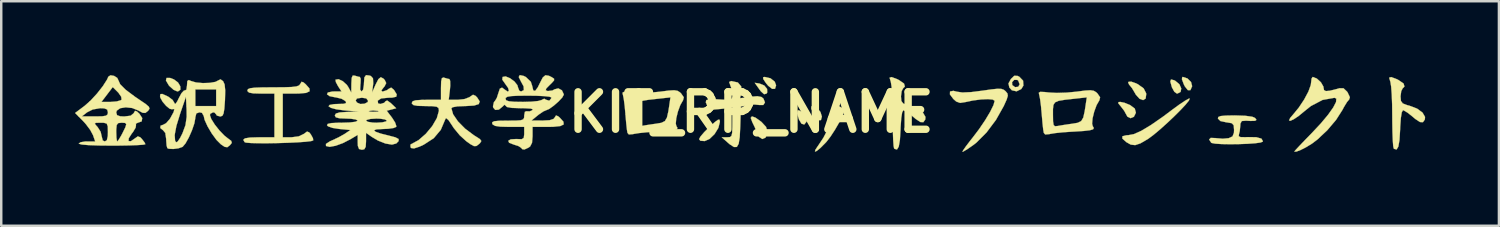
<source format=kicad_pcb>
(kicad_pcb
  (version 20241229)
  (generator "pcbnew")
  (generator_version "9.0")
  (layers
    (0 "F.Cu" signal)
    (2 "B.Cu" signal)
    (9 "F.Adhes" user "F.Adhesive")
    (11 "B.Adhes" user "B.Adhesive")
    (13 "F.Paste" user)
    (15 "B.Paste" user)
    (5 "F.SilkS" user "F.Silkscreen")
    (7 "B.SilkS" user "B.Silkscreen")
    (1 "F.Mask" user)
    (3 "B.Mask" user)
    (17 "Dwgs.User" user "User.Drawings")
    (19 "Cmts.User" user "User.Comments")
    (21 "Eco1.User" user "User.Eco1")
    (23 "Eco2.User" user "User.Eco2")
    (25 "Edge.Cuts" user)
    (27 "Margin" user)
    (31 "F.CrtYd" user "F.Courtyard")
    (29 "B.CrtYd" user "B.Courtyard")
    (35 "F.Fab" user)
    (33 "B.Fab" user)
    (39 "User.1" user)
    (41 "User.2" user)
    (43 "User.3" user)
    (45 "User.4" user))
  (footprint "KIT_RP_NAME"
    (layer "F.Cu")
    (at 27.501 1.518)
    (property "Reference" "KIT_RP_NAME" (at 0 0 0) (layer "F.SilkS") (effects (font (size 1.524 1.524) (thickness 0.3))))
    (attr through_hole)
    (fp_poly (pts (xy 0.34 -1.171) (xy 0.533 -1.092) (xy 0.649 -0.953) (xy 0.655 -0.805) (xy 0.622 -0.758) (xy 0.528 -0.735) (xy 0.401 -0.848) (xy 0.338 -0.932) (xy 0.147 -1.2) (xy 0.34 -1.171)) (stroke (width 0.01) (type solid)) (fill yes) (layer "F.SilkS"))
    (fp_poly (pts (xy 0.788 -1.384) (xy 0.961 -1.246) (xy 1.016 -1.098) (xy 0.972 -0.957) (xy 0.858 -0.952) (xy 0.697 -1.076) (xy 0.606 -1.185) (xy 0.494 -1.352) (xy 0.487 -1.426) (xy 0.553 -1.439) (xy 0.788 -1.384)) (stroke (width 0.01) (type solid)) (fill yes) (layer "F.SilkS"))
    (fp_poly (pts (xy 2.067 -0.016) (xy 2.193 0.14) (xy 2.261 0.31) (xy 2.257 0.378) (xy 2.161 0.497) (xy 2.047 0.462) (xy 1.945 0.291) (xy 1.871 0.048) (xy 1.886 -0.068) (xy 1.934 -0.085) (xy 2.067 -0.016)) (stroke (width 0.01) (type solid)) (fill yes) (layer "F.SilkS"))
    (fp_poly (pts (xy 2.675 -0.182) (xy 2.82 -0.014) (xy 2.879 0.175) (xy 2.84 0.316) (xy 2.744 0.323) (xy 2.62 0.208) (xy 2.526 0.042) (xy 2.449 -0.155) (xy 2.456 -0.242) (xy 2.502 -0.254) (xy 2.675 -0.182)) (stroke (width 0.01) (type solid)) (fill yes) (layer "F.SilkS"))
    (fp_poly (pts (xy 17.748 -1.377) (xy 17.894 -1.231) (xy 17.938 -1.063) (xy 17.937 -1.06) (xy 17.868 -0.902) (xy 17.764 -0.901) (xy 17.641 -1.054) (xy 17.597 -1.142) (xy 17.521 -1.349) (xy 17.539 -1.435) (xy 17.562 -1.439) (xy 17.748 -1.377)) (stroke (width 0.01) (type solid)) (fill yes) (layer "F.SilkS"))
    (fp_poly (pts (xy -23.628 -1.397) (xy -23.474 -1.337) (xy -23.31 -1.213) (xy -23.218 -1.059) (xy -23.212 -0.923) (xy -23.306 -0.853) (xy -23.341 -0.851) (xy -23.493 -0.917) (xy -23.665 -1.072) (xy -23.687 -1.099) (xy -23.802 -1.295) (xy -23.778 -1.399) (xy -23.628 -1.397)) (stroke (width 0.01) (type solid)) (fill yes) (layer "F.SilkS"))
    (fp_poly (pts (xy 17.205 -1.305) (xy 17.255 -1.279) (xy 17.421 -1.138) (xy 17.495 -0.972) (xy 17.47 -0.831) (xy 17.341 -0.763) (xy 17.318 -0.762) (xy 17.215 -0.834) (xy 17.118 -1.009) (xy 17.111 -1.03) (xy 17.05 -1.25) (xy 17.078 -1.336) (xy 17.205 -1.305)) (stroke (width 0.01) (type solid)) (fill yes) (layer "F.SilkS"))
    (fp_poly (pts (xy -1.284 0.302) (xy -1.27 0.385) (xy -1.332 0.634) (xy -1.487 0.886) (xy -1.692 1.084) (xy -1.887 1.17) (xy -2.066 1.157) (xy -2.117 1.09) (xy -2.058 0.983) (xy -1.905 0.803) (xy -1.693 0.593) (xy -1.47 0.393) (xy -1.342 0.3) (xy -1.284 0.302)) (stroke (width 0.01) (type solid)) (fill yes) (layer "F.SilkS"))
    (fp_poly (pts (xy 0.179 0.217) (xy 0.41 0.383) (xy 0.421 0.392) (xy 0.609 0.595) (xy 0.664 0.791) (xy 0.661 0.836) (xy 0.586 1.031) (xy 0.457 1.087) (xy 0.322 1) (xy 0.256 0.874) (xy 0.15 0.612) (xy 0.048 0.402) (xy -0.016 0.227) (xy 0.033 0.165) (xy 0.179 0.217)) (stroke (width 0.01) (type solid)) (fill yes) (layer "F.SilkS"))
    (fp_poly (pts (xy 15.192 -0.386) (xy 15.412 -0.295) (xy 15.419 -0.291) (xy 15.605 -0.153) (xy 15.649 0.009) (xy 15.647 0.025) (xy 15.569 0.182) (xy 15.434 0.239) (xy 15.307 0.179) (xy 15.269 0.112) (xy 15.173 -0.064) (xy 15.043 -0.233) (xy 14.935 -0.365) (xy 14.941 -0.416) (xy 15.018 -0.423) (xy 15.192 -0.386)) (stroke (width 0.01) (type solid)) (fill yes) (layer "F.SilkS"))
    (fp_poly (pts (xy 15.654 -1.18) (xy 15.732 -1.141) (xy 15.966 -0.973) (xy 16.066 -0.777) (xy 16.071 -0.741) (xy 16.047 -0.559) (xy 15.944 -0.496) (xy 15.799 -0.55) (xy 15.649 -0.716) (xy 15.611 -0.783) (xy 15.493 -0.982) (xy 15.39 -1.109) (xy 15.379 -1.117) (xy 15.334 -1.21) (xy 15.353 -1.242) (xy 15.462 -1.247) (xy 15.654 -1.18)) (stroke (width 0.01) (type solid)) (fill yes) (layer "F.SilkS"))
    (fp_poly (pts (xy 10.832 -1.483) (xy 10.907 -1.448) (xy 11.062 -1.288) (xy 11.075 -1.088) (xy 10.99 -0.948) (xy 10.798 -0.853) (xy 10.604 -0.897) (xy 10.503 -1.008) (xy 10.467 -1.173) (xy 10.496 -1.225) (xy 10.613 -1.225) (xy 10.621 -1.108) (xy 10.737 -1.024) (xy 10.864 -1.038) (xy 10.922 -1.138) (xy 10.866 -1.285) (xy 10.83 -1.317) (xy 10.703 -1.321) (xy 10.613 -1.225) (xy 10.496 -1.225) (xy 10.564 -1.352) (xy 10.569 -1.358) (xy 10.702 -1.485) (xy 10.832 -1.483)) (stroke (width 0.01) (type solid)) (fill yes) (layer "F.SilkS"))
    (fp_poly (pts (xy 3.452 -0.305) (xy 3.608 -0.229) (xy 3.75 -0.153) (xy 3.792 -0.126) (xy 3.788 -0.03) (xy 3.708 0.167) (xy 3.575 0.426) (xy 3.411 0.709) (xy 3.236 0.977) (xy 3.072 1.191) (xy 3.045 1.222) (xy 2.825 1.444) (xy 2.671 1.571) (xy 2.596 1.598) (xy 2.615 1.521) (xy 2.742 1.332) (xy 2.744 1.33) (xy 2.94 1.033) (xy 3.119 0.69) (xy 3.263 0.349) (xy 3.351 0.056) (xy 3.365 -0.133) (xy 3.348 -0.288) (xy 3.362 -0.339) (xy 3.452 -0.305)) (stroke (width 0.01) (type solid)) (fill yes) (layer "F.SilkS"))
    (fp_poly (pts (xy 17.809 -0.481) (xy 17.675 -0.315) (xy 17.464 -0.09) (xy 17.201 0.172) (xy 16.913 0.444) (xy 16.624 0.703) (xy 16.361 0.923) (xy 16.15 1.079) (xy 16.134 1.089) (xy 15.835 1.263) (xy 15.62 1.335) (xy 15.44 1.314) (xy 15.261 1.213) (xy 15.1 1.069) (xy 15.101 0.975) (xy 15.263 0.933) (xy 15.336 0.931) (xy 15.568 0.887) (xy 15.875 0.75) (xy 16.27 0.512) (xy 16.766 0.167) (xy 17.129 -0.105) (xy 17.414 -0.314) (xy 17.648 -0.47) (xy 17.8 -0.554) (xy 17.84 -0.561) (xy 17.809 -0.481)) (stroke (width 0.01) (type solid)) (fill yes) (layer "F.SilkS"))
    (fp_poly (pts (xy 10.18 -0.952) (xy 10.28 -0.915) (xy 10.348 -0.86) (xy 10.424 -0.771) (xy 10.441 -0.673) (xy 10.394 -0.518) (xy 10.277 -0.258) (xy 10.275 -0.254) (xy 9.959 0.308) (xy 9.575 0.82) (xy 9.164 1.232) (xy 9.026 1.339) (xy 8.809 1.489) (xy 8.649 1.586) (xy 8.597 1.609) (xy 8.622 1.548) (xy 8.734 1.387) (xy 8.912 1.154) (xy 9.005 1.037) (xy 9.275 0.681) (xy 9.521 0.318) (xy 9.722 -0.018) (xy 9.857 -0.291) (xy 9.906 -0.466) (xy 9.83 -0.518) (xy 9.629 -0.536) (xy 9.345 -0.523) (xy 9.018 -0.48) (xy 8.721 -0.417) (xy 8.5 -0.382) (xy 8.343 -0.438) (xy 8.224 -0.543) (xy 8.086 -0.728) (xy 8.09 -0.846) (xy 8.226 -0.874) (xy 8.366 -0.839) (xy 8.593 -0.806) (xy 8.952 -0.822) (xy 9.402 -0.879) (xy 9.778 -0.933) (xy 10.025 -0.958) (xy 10.18 -0.952)) (stroke (width 0.01) (type solid)) (fill yes) (layer "F.SilkS"))
    (fp_poly (pts (xy 5.927 -1.354) (xy 6.016 -1.31) (xy 6.219 -1.17) (xy 6.254 -1.048) (xy 6.181 -0.974) (xy 6.123 -0.861) (xy 6.096 -0.657) (xy 6.096 -0.64) (xy 6.111 -0.461) (xy 6.185 -0.361) (xy 6.364 -0.292) (xy 6.461 -0.267) (xy 6.768 -0.15) (xy 6.988 0.011) (xy 7.091 0.188) (xy 7.083 0.293) (xy 7.006 0.402) (xy 6.885 0.396) (xy 6.692 0.269) (xy 6.575 0.169) (xy 6.381 0.016) (xy 6.231 -0.074) (xy 6.194 -0.085) (xy 6.145 -0.003) (xy 6.107 0.23) (xy 6.081 0.596) (xy 6.078 0.692) (xy 6.052 1.123) (xy 6.005 1.394) (xy 5.933 1.513) (xy 5.835 1.487) (xy 5.816 1.469) (xy 5.795 1.368) (xy 5.778 1.129) (xy 5.765 0.783) (xy 5.758 0.361) (xy 5.757 0.15) (xy 5.752 -0.32) (xy 5.736 -0.731) (xy 5.712 -1.049) (xy 5.681 -1.243) (xy 5.67 -1.276) (xy 5.631 -1.408) (xy 5.715 -1.434) (xy 5.927 -1.354)) (stroke (width 0.01) (type solid)) (fill yes) (layer "F.SilkS"))
    (fp_poly (pts (xy 26.247 -1.354) (xy 26.336 -1.31) (xy 26.539 -1.17) (xy 26.574 -1.048) (xy 26.501 -0.974) (xy 26.443 -0.861) (xy 26.416 -0.657) (xy 26.416 -0.64) (xy 26.431 -0.461) (xy 26.505 -0.361) (xy 26.684 -0.292) (xy 26.781 -0.267) (xy 27.088 -0.15) (xy 27.308 0.011) (xy 27.411 0.188) (xy 27.403 0.293) (xy 27.326 0.402) (xy 27.205 0.396) (xy 27.012 0.269) (xy 26.895 0.169) (xy 26.701 0.016) (xy 26.551 -0.074) (xy 26.514 -0.085) (xy 26.465 -0.003) (xy 26.427 0.23) (xy 26.401 0.596) (xy 26.398 0.692) (xy 26.372 1.123) (xy 26.325 1.394) (xy 26.253 1.513) (xy 26.155 1.487) (xy 26.136 1.469) (xy 26.115 1.368) (xy 26.098 1.129) (xy 26.085 0.783) (xy 26.078 0.361) (xy 26.077 0.15) (xy 26.072 -0.32) (xy 26.056 -0.731) (xy 26.032 -1.049) (xy 26.001 -1.243) (xy 25.99 -1.276) (xy 25.951 -1.408) (xy 26.035 -1.434) (xy 26.247 -1.354)) (stroke (width 0.01) (type solid)) (fill yes) (layer "F.SilkS"))
    (fp_poly (pts (xy -0.539 -1.213) (xy -0.402 -1.052) (xy -0.396 -0.835) (xy -0.448 -0.573) (xy -0.028 -0.631) (xy 0.253 -0.655) (xy 0.419 -0.624) (xy 0.5 -0.56) (xy 0.564 -0.401) (xy 0.496 -0.298) (xy 0.335 -0.297) (xy 0.145 -0.317) (xy -0.102 -0.295) (xy -0.12 -0.292) (xy -0.417 -0.236) (xy -0.442 0.579) (xy -0.463 1.007) (xy -0.506 1.278) (xy -0.581 1.409) (xy -0.698 1.412) (xy -0.87 1.301) (xy -0.957 1.226) (xy -1.195 1.016) (xy -0.978 1.016) (xy -0.866 1.008) (xy -0.802 0.96) (xy -0.771 0.835) (xy -0.763 0.596) (xy -0.762 0.412) (xy -0.762 -0.193) (xy -1.224 -0.138) (xy -1.499 -0.114) (xy -1.656 -0.131) (xy -1.744 -0.198) (xy -1.775 -0.248) (xy -1.844 -0.406) (xy -1.824 -0.497) (xy -1.692 -0.533) (xy -1.422 -0.53) (xy -1.312 -0.523) (xy -1.017 -0.507) (xy -0.852 -0.515) (xy -0.78 -0.561) (xy -0.762 -0.658) (xy -0.762 -0.715) (xy -0.795 -0.954) (xy -0.85 -1.106) (xy -0.893 -1.233) (xy -0.817 -1.27) (xy -0.802 -1.27) (xy -0.539 -1.213)) (stroke (width 0.01) (type solid)) (fill yes) (layer "F.SilkS"))
    (fp_poly (pts (xy -18.203 -1.215) (xy -18.117 -1.141) (xy -17.966 -0.972) (xy -17.958 -0.856) (xy -18.101 -0.789) (xy -18.402 -0.763) (xy -18.5 -0.762) (xy -19.05 -0.762) (xy -19.05 1.016) (xy -18.697 1.016) (xy -18.401 0.978) (xy -18.19 0.877) (xy -18.187 0.875) (xy -18.062 0.782) (xy -17.973 0.817) (xy -17.909 0.896) (xy -17.822 1.054) (xy -17.811 1.143) (xy -17.899 1.172) (xy -18.121 1.198) (xy -18.444 1.221) (xy -18.832 1.239) (xy -19.251 1.252) (xy -19.667 1.259) (xy -20.044 1.258) (xy -20.349 1.25) (xy -20.546 1.233) (xy -20.6 1.216) (xy -20.656 1.12) (xy -20.587 1.059) (xy -20.379 1.026) (xy -20.024 1.016) (xy -19.389 1.016) (xy -19.389 -0.762) (xy -19.939 -0.762) (xy -20.248 -0.77) (xy -20.419 -0.801) (xy -20.485 -0.86) (xy -20.489 -0.889) (xy -20.464 -0.943) (xy -20.372 -0.98) (xy -20.187 -1.002) (xy -19.884 -1.013) (xy -19.44 -1.016) (xy -18.993 -1.019) (xy -18.687 -1.03) (xy -18.495 -1.053) (xy -18.389 -1.092) (xy -18.34 -1.149) (xy -18.338 -1.155) (xy -18.285 -1.243) (xy -18.203 -1.215)) (stroke (width 0.01) (type solid)) (fill yes) (layer "F.SilkS"))
    (fp_poly (pts (xy 20.1 0.141) (xy 20.383 0.18) (xy 20.502 0.233) (xy 20.554 0.309) (xy 20.499 0.346) (xy 20.312 0.351) (xy 20.13 0.341) (xy 19.959 0.355) (xy 19.901 0.458) (xy 19.897 0.537) (xy 19.875 0.761) (xy 19.843 0.889) (xy 19.833 0.972) (xy 19.911 1.009) (xy 20.111 1.012) (xy 20.207 1.008) (xy 20.549 1.013) (xy 20.757 1.07) (xy 20.816 1.174) (xy 20.811 1.193) (xy 20.72 1.229) (xy 20.5 1.259) (xy 20.191 1.281) (xy 19.834 1.294) (xy 19.469 1.298) (xy 19.136 1.292) (xy 18.875 1.275) (xy 18.727 1.246) (xy 18.712 1.236) (xy 18.628 1.105) (xy 18.695 1.04) (xy 18.903 1.049) (xy 18.918 1.052) (xy 19.187 1.074) (xy 19.425 1.052) (xy 19.426 1.052) (xy 19.579 0.981) (xy 19.637 0.836) (xy 19.643 0.716) (xy 19.628 0.529) (xy 19.552 0.444) (xy 19.363 0.411) (xy 19.326 0.407) (xy 19.087 0.355) (xy 18.986 0.255) (xy 18.986 0.254) (xy 19.002 0.191) (xy 19.097 0.152) (xy 19.302 0.133) (xy 19.644 0.127) (xy 19.679 0.127) (xy 20.1 0.141)) (stroke (width 0.01) (type solid)) (fill yes) (layer "F.SilkS"))
    (fp_poly (pts (xy 23.01 -1.373) (xy 23.177 -1.22) (xy 23.277 -1.046) (xy 23.283 -1.001) (xy 23.302 -0.903) (xy 23.379 -0.863) (xy 23.545 -0.879) (xy 23.833 -0.951) (xy 23.932 -0.98) (xy 24.096 -0.977) (xy 24.24 -0.841) (xy 24.264 -0.805) (xy 24.354 -0.614) (xy 24.325 -0.522) (xy 24.237 -0.418) (xy 24.114 -0.217) (xy 24.051 -0.097) (xy 23.791 0.309) (xy 23.434 0.73) (xy 23.033 1.106) (xy 22.82 1.268) (xy 22.586 1.412) (xy 22.359 1.529) (xy 22.183 1.597) (xy 22.1 1.598) (xy 22.098 1.591) (xy 22.154 1.523) (xy 22.306 1.36) (xy 22.531 1.125) (xy 22.805 0.844) (xy 22.806 0.843) (xy 23.172 0.452) (xy 23.465 0.101) (xy 23.675 -0.195) (xy 23.791 -0.419) (xy 23.803 -0.556) (xy 23.73 -0.591) (xy 23.242 -0.504) (xy 22.769 -0.256) (xy 22.514 -0.052) (xy 22.272 0.148) (xy 22.072 0.282) (xy 21.934 0.345) (xy 21.878 0.33) (xy 21.926 0.229) (xy 22.031 0.106) (xy 22.273 -0.188) (xy 22.494 -0.52) (xy 22.666 -0.842) (xy 22.763 -1.109) (xy 22.775 -1.202) (xy 22.796 -1.373) (xy 22.841 -1.439) (xy 23.01 -1.373)) (stroke (width 0.01) (type solid)) (fill yes) (layer "F.SilkS"))
    (fp_poly (pts (xy -2.995 -0.875) (xy -2.897 -0.815) (xy -2.847 -0.768) (xy -2.738 -0.611) (xy -2.768 -0.491) (xy -2.882 -0.291) (xy -2.979 -0.026) (xy -3.045 0.244) (xy -3.064 0.464) (xy -3.038 0.563) (xy -2.994 0.638) (xy -3.026 0.692) (xy -3.154 0.73) (xy -3.402 0.759) (xy -3.792 0.784) (xy -3.895 0.789) (xy -4.251 0.813) (xy -4.56 0.845) (xy -4.77 0.879) (xy -4.804 0.888) (xy -4.974 0.901) (xy -5.03 0.835) (xy -5.053 0.699) (xy -5.081 0.444) (xy -5.109 0.124) (xy -5.112 0.088) (xy -4.657 0.088) (xy -4.652 0.368) (xy -4.63 0.516) (xy -4.574 0.567) (xy -4.47 0.557) (xy -4.466 0.557) (xy -4.265 0.522) (xy -3.987 0.48) (xy -3.881 0.466) (xy -3.649 0.427) (xy -3.507 0.356) (xy -3.424 0.214) (xy -3.367 -0.037) (xy -3.34 -0.208) (xy -3.281 -0.608) (xy -3.778 -0.553) (xy -4.17 -0.51) (xy -4.424 -0.468) (xy -4.57 -0.405) (xy -4.637 -0.3) (xy -4.656 -0.131) (xy -4.657 0.088) (xy -5.112 0.088) (xy -5.113 0.076) (xy -5.143 -0.255) (xy -5.179 -0.534) (xy -5.213 -0.704) (xy -5.217 -0.715) (xy -5.232 -0.797) (xy -5.173 -0.832) (xy -5.003 -0.826) (xy -4.816 -0.805) (xy -4.498 -0.789) (xy -4.098 -0.801) (xy -3.701 -0.839) (xy -3.686 -0.841) (xy -3.346 -0.885) (xy -3.13 -0.897) (xy -2.995 -0.875)) (stroke (width 0.01) (type solid)) (fill yes) (layer "F.SilkS"))
    (fp_poly (pts (xy 13.939 -0.875) (xy 14.037 -0.815) (xy 14.086 -0.768) (xy 14.195 -0.611) (xy 14.166 -0.491) (xy 14.051 -0.291) (xy 13.954 -0.026) (xy 13.888 0.244) (xy 13.869 0.464) (xy 13.895 0.563) (xy 13.939 0.638) (xy 13.908 0.692) (xy 13.779 0.73) (xy 13.531 0.759) (xy 13.141 0.784) (xy 13.039 0.789) (xy 12.683 0.813) (xy 12.373 0.845) (xy 12.164 0.879) (xy 12.13 0.888) (xy 11.96 0.901) (xy 11.904 0.835) (xy 11.88 0.699) (xy 11.852 0.444) (xy 11.824 0.124) (xy 11.821 0.088) (xy 12.277 0.088) (xy 12.281 0.368) (xy 12.304 0.516) (xy 12.359 0.567) (xy 12.463 0.557) (xy 12.467 0.557) (xy 12.668 0.522) (xy 12.946 0.48) (xy 13.052 0.466) (xy 13.284 0.427) (xy 13.426 0.356) (xy 13.51 0.214) (xy 13.566 -0.037) (xy 13.593 -0.208) (xy 13.653 -0.608) (xy 13.155 -0.553) (xy 12.763 -0.51) (xy 12.51 -0.468) (xy 12.364 -0.405) (xy 12.296 -0.3) (xy 12.277 -0.131) (xy 12.277 0.088) (xy 11.821 0.088) (xy 11.82 0.076) (xy 11.79 -0.255) (xy 11.754 -0.534) (xy 11.72 -0.704) (xy 11.716 -0.715) (xy 11.701 -0.797) (xy 11.761 -0.832) (xy 11.93 -0.826) (xy 12.118 -0.805) (xy 12.435 -0.789) (xy 12.835 -0.801) (xy 13.232 -0.839) (xy 13.248 -0.841) (xy 13.587 -0.885) (xy 13.803 -0.897) (xy 13.939 -0.875)) (stroke (width 0.01) (type solid)) (fill yes) (layer "F.SilkS"))
    (fp_poly (pts (xy -12.481 -1.406) (xy -12.323 -1.36) (xy -12.274 -1.355) (xy -12.241 -1.279) (xy -12.237 -1.086) (xy -12.25 -0.931) (xy -12.3 -0.508) (xy -11.935 -0.508) (xy -11.664 -0.538) (xy -11.459 -0.614) (xy -11.429 -0.636) (xy -11.311 -0.715) (xy -11.209 -0.671) (xy -11.139 -0.599) (xy -11.039 -0.441) (xy -11.078 -0.335) (xy -11.266 -0.275) (xy -11.611 -0.254) (xy -11.647 -0.254) (xy -11.949 -0.241) (xy -12.14 -0.206) (xy -12.192 -0.165) (xy -12.121 0.082) (xy -11.925 0.369) (xy -11.635 0.663) (xy -11.279 0.931) (xy -11.217 0.969) (xy -11.031 1.089) (xy -10.973 1.167) (xy -11.023 1.249) (xy -11.072 1.295) (xy -11.174 1.371) (xy -11.274 1.375) (xy -11.421 1.294) (xy -11.585 1.176) (xy -11.85 0.936) (xy -12.095 0.639) (xy -12.167 0.528) (xy -12.307 0.319) (xy -12.401 0.238) (xy -12.43 0.261) (xy -12.622 0.712) (xy -12.908 1.053) (xy -13.318 1.318) (xy -13.495 1.399) (xy -13.711 1.47) (xy -13.826 1.453) (xy -13.853 1.422) (xy -13.857 1.315) (xy -13.821 1.291) (xy -13.528 1.133) (xy -13.232 0.875) (xy -12.972 0.562) (xy -12.783 0.237) (xy -12.701 -0.053) (xy -12.7 -0.081) (xy -12.716 -0.175) (xy -12.79 -0.227) (xy -12.96 -0.249) (xy -13.25 -0.254) (xy -13.559 -0.262) (xy -13.731 -0.293) (xy -13.797 -0.352) (xy -13.801 -0.381) (xy -13.766 -0.45) (xy -13.64 -0.489) (xy -13.394 -0.506) (xy -13.208 -0.508) (xy -12.615 -0.508) (xy -12.615 -0.983) (xy -12.608 -1.253) (xy -12.579 -1.386) (xy -12.519 -1.417) (xy -12.481 -1.406)) (stroke (width 0.01) (type solid)) (fill yes) (layer "F.SilkS"))
    (fp_poly (pts (xy -21.476 -1.266) (xy -21.415 -1.133) (xy -21.39 -0.89) (xy -21.4 -0.509) (xy -21.401 -0.487) (xy -21.425 -0.153) (xy -21.457 0.045) (xy -21.506 0.141) (xy -21.583 0.169) (xy -21.599 0.169) (xy -21.732 0.132) (xy -21.759 0.085) (xy -21.828 0.01) (xy -21.886 0) (xy -21.999 0.061) (xy -22.013 0.114) (xy -21.957 0.274) (xy -21.815 0.5) (xy -21.623 0.742) (xy -21.419 0.952) (xy -21.296 1.049) (xy -21.145 1.162) (xy -21.123 1.244) (xy -21.198 1.338) (xy -21.304 1.42) (xy -21.411 1.406) (xy -21.568 1.301) (xy -21.745 1.124) (xy -21.936 0.863) (xy -22.108 0.572) (xy -22.229 0.307) (xy -22.265 0.148) (xy -22.336 0.023) (xy -22.437 0) (xy -22.565 0.045) (xy -22.606 0.205) (xy -22.607 0.233) (xy -22.645 0.448) (xy -22.741 0.729) (xy -22.869 1.02) (xy -23.005 1.264) (xy -23.123 1.404) (xy -23.126 1.406) (xy -23.29 1.464) (xy -23.504 1.492) (xy -23.686 1.483) (xy -23.745 1.457) (xy -23.775 1.35) (xy -23.791 1.144) (xy -23.791 1.096) (xy -23.816 0.918) (xy -23.446 0.918) (xy -23.43 1.151) (xy -23.389 1.221) (xy -23.323 1.187) (xy -23.22 1.033) (xy -23.131 0.857) (xy -23.007 0.522) (xy -22.959 0.186) (xy -22.962 -0.103) (xy -22.987 -0.635) (xy -23.22 0.043) (xy -23.376 0.55) (xy -23.446 0.918) (xy -23.816 0.918) (xy -23.826 0.843) (xy -23.918 0.731) (xy -24.031 0.64) (xy -24.021 0.544) (xy -23.917 0.508) (xy -23.793 0.441) (xy -23.649 0.276) (xy -23.621 0.233) (xy -23.491 -0.007) (xy -23.459 -0.131) (xy -23.529 -0.132) (xy -23.547 -0.121) (xy -23.65 -0.144) (xy -23.795 -0.263) (xy -23.937 -0.429) (xy -24.029 -0.594) (xy -24.042 -0.656) (xy -24.027 -0.741) (xy -23.95 -0.747) (xy -23.775 -0.67) (xy -23.702 -0.633) (xy -23.529 -0.503) (xy -23.447 -0.365) (xy -23.447 -0.358) (xy -23.414 -0.34) (xy -23.338 -0.453) (xy -23.278 -0.577) (xy -23.168 -0.78) (xy -23.068 -0.886) (xy -23.03 -0.89) (xy -22.969 -0.922) (xy -22.968 -0.931) (xy -22.606 -0.931) (xy -22.606 -0.254) (xy -21.759 -0.254) (xy -21.759 -0.931) (xy -22.606 -0.931) (xy -22.968 -0.931) (xy -22.945 -1.089) (xy -22.945 -1.099) (xy -22.932 -1.273) (xy -22.874 -1.313) (xy -22.781 -1.273) (xy -22.579 -1.214) (xy -22.302 -1.189) (xy -22.016 -1.198) (xy -21.785 -1.239) (xy -21.691 -1.288) (xy -21.581 -1.342) (xy -21.476 -1.266)) (stroke (width 0.01) (type solid)) (fill yes) (layer "F.SilkS"))
    (fp_poly (pts (xy -25.91 -1.481) (xy -25.781 -1.399) (xy -25.739 -1.31) (xy -25.664 -1.142) (xy -25.439 -0.917) (xy -25.06 -0.633) (xy -24.877 -0.509) (xy -24.626 -0.339) (xy -24.497 -0.228) (xy -24.469 -0.149) (xy -24.519 -0.071) (xy -24.532 -0.057) (xy -24.638 0.026) (xy -24.749 0.02) (xy -24.929 -0.076) (xy -25.177 -0.175) (xy -25.437 -0.203) (xy -25.662 -0.166) (xy -25.801 -0.068) (xy -25.823 0.009) (xy -25.79 0.116) (xy -25.663 0.162) (xy -25.494 0.169) (xy -25.238 0.138) (xy -25.115 0.039) (xy -25.109 0.027) (xy -25.058 -0.061) (xy -24.979 -0.033) (xy -24.878 0.061) (xy -24.766 0.235) (xy -24.788 0.369) (xy -24.94 0.423) (xy -24.944 0.423) (xy -25.027 0.466) (xy -25.018 0.51) (xy -25.034 0.622) (xy -25.139 0.799) (xy -25.192 0.866) (xy -25.314 1.056) (xy -25.322 1.168) (xy -25.23 1.176) (xy -25.07 1.066) (xy -24.945 0.978) (xy -24.846 1.016) (xy -24.779 1.085) (xy -24.671 1.225) (xy -24.638 1.298) (xy -24.718 1.317) (xy -24.939 1.333) (xy -25.272 1.346) (xy -25.69 1.353) (xy -25.993 1.355) (xy -26.532 1.35) (xy -26.946 1.335) (xy -27.221 1.311) (xy -27.342 1.279) (xy -27.347 1.27) (xy -27.272 1.217) (xy -27.085 1.187) (xy -27.013 1.185) (xy -26.679 1.185) (xy -26.768 0.929) (xy -26.881 0.718) (xy -27.067 0.47) (xy -27.073 0.463) (xy -26.698 0.463) (xy -26.62 0.558) (xy -26.585 0.593) (xy -26.457 0.794) (xy -26.416 0.974) (xy -26.372 1.144) (xy -26.289 1.185) (xy -26.205 1.135) (xy -26.167 0.966) (xy -26.162 0.804) (xy -25.823 0.804) (xy -25.815 1.032) (xy -25.795 1.168) (xy -25.783 1.185) (xy -25.724 1.117) (xy -25.621 0.945) (xy -25.571 0.85) (xy -25.452 0.609) (xy -25.415 0.482) (xy -25.462 0.432) (xy -25.597 0.423) (xy -25.612 0.423) (xy -25.742 0.439) (xy -25.804 0.517) (xy -25.823 0.702) (xy -25.823 0.804) (xy -26.162 0.804) (xy -26.168 0.57) (xy -26.211 0.459) (xy -26.326 0.426) (xy -26.458 0.423) (xy -26.652 0.428) (xy -26.698 0.463) (xy -27.073 0.463) (xy -27.177 0.35) (xy -27.359 0.166) (xy -27.22 0.166) (xy -26.691 0.167) (xy -26.4 0.163) (xy -26.241 0.138) (xy -26.174 0.082) (xy -26.162 0) (xy -26.192 -0.113) (xy -26.313 -0.161) (xy -26.48 -0.167) (xy -26.78 -0.115) (xy -27.009 0) (xy -27.22 0.166) (xy -27.359 0.166) (xy -27.496 0.027) (xy -27.111 -0.262) (xy -26.928 -0.423) (xy -26.425 -0.423) (xy -26.044 -0.423) (xy -25.802 -0.443) (xy -25.637 -0.491) (xy -25.606 -0.517) (xy -25.621 -0.633) (xy -25.733 -0.794) (xy -25.757 -0.818) (xy -25.965 -1.026) (xy -26.425 -0.423) (xy -26.928 -0.423) (xy -26.865 -0.48) (xy -26.603 -0.765) (xy -26.366 -1.067) (xy -26.195 -1.335) (xy -26.145 -1.449) (xy -26.056 -1.506) (xy -25.91 -1.481)) (stroke (width 0.01) (type solid)) (fill yes) (layer "F.SilkS"))
    (fp_poly (pts (xy -9.249 -1.479) (xy -9.16 -1.434) (xy -8.961 -1.243) (xy -8.906 -1.077) (xy -8.861 -0.893) (xy -8.786 -0.871) (xy -8.679 -1.012) (xy -8.594 -1.185) (xy -8.475 -1.416) (xy -8.367 -1.508) (xy -8.225 -1.486) (xy -8.117 -1.433) (xy -8.015 -1.367) (xy -8.015 -1.297) (xy -8.126 -1.175) (xy -8.186 -1.118) (xy -8.33 -0.972) (xy -8.355 -0.898) (xy -8.272 -0.864) (xy -8.079 -0.888) (xy -7.997 -0.935) (xy -7.843 -0.974) (xy -7.695 -0.895) (xy -7.621 -0.735) (xy -7.62 -0.715) (xy -7.682 -0.602) (xy -7.835 -0.439) (xy -8.029 -0.269) (xy -8.214 -0.136) (xy -8.338 -0.084) (xy -8.454 -0.034) (xy -8.634 0.089) (xy -8.678 0.124) (xy -8.932 0.333) (xy -8.485 0.336) (xy -8.192 0.321) (xy -8.033 0.267) (xy -7.988 0.208) (xy -7.935 0.126) (xy -7.847 0.163) (xy -7.779 0.221) (xy -7.634 0.382) (xy -7.624 0.493) (xy -7.758 0.559) (xy -8.046 0.589) (xy -8.255 0.593) (xy -8.89 0.593) (xy -8.89 0.971) (xy -8.911 1.238) (xy -8.987 1.388) (xy -9.054 1.436) (xy -9.221 1.513) (xy -9.309 1.5) (xy -9.352 1.446) (xy -9.462 1.374) (xy -9.657 1.311) (xy -9.843 1.239) (xy -9.878 1.159) (xy -9.778 1.099) (xy -9.555 1.086) (xy -9.539 1.087) (xy -9.335 1.094) (xy -9.248 1.041) (xy -9.229 0.892) (xy -9.229 0.853) (xy -9.229 0.593) (xy -9.855 0.593) (xy -10.201 0.584) (xy -10.41 0.553) (xy -10.512 0.495) (xy -10.529 0.466) (xy -10.529 0.402) (xy -10.447 0.363) (xy -10.255 0.344) (xy -9.925 0.339) (xy -9.903 0.339) (xy -9.568 0.337) (xy -9.368 0.323) (xy -9.268 0.286) (xy -9.233 0.215) (xy -9.229 0.122) (xy -9.202 -0.021) (xy -9.145 -0.043) (xy -9.011 -0.038) (xy -8.912 -0.078) (xy -8.875 -0.123) (xy -8.966 -0.151) (xy -9.202 -0.165) (xy -9.377 -0.167) (xy -9.73 -0.179) (xy -9.93 -0.215) (xy -9.993 -0.275) (xy -10.033 -0.309) (xy -10.109 -0.233) (xy -10.261 -0.109) (xy -10.407 -0.097) (xy -10.493 -0.196) (xy -10.499 -0.249) (xy -10.463 -0.409) (xy -10.421 -0.462) (xy -10.362 -0.55) (xy -9.991 -0.55) (xy -9.96 -0.487) (xy -9.848 -0.448) (xy -9.624 -0.428) (xy -9.276 -0.423) (xy -8.929 -0.433) (xy -8.664 -0.46) (xy -8.52 -0.5) (xy -8.506 -0.512) (xy -8.414 -0.554) (xy -8.346 -0.513) (xy -8.21 -0.472) (xy -8.131 -0.568) (xy -8.128 -0.607) (xy -8.207 -0.635) (xy -8.421 -0.658) (xy -8.736 -0.673) (xy -9.059 -0.677) (xy -9.476 -0.674) (xy -9.751 -0.66) (xy -9.91 -0.634) (xy -9.98 -0.59) (xy -9.991 -0.55) (xy -10.362 -0.55) (xy -10.348 -0.572) (xy -10.287 -0.763) (xy -10.22 -0.962) (xy -10.131 -1.005) (xy -10.009 -0.916) (xy -9.896 -0.839) (xy -9.853 -0.878) (xy -9.885 -0.993) (xy -9.992 -1.144) (xy -10.12 -1.326) (xy -10.11 -1.438) (xy -9.985 -1.46) (xy -9.806 -1.387) (xy -9.629 -1.256) (xy -9.507 -1.104) (xy -9.483 -1.017) (xy -9.43 -0.878) (xy -9.356 -0.847) (xy -9.245 -0.903) (xy -9.254 -1.055) (xy -9.364 -1.257) (xy -9.452 -1.435) (xy -9.41 -1.513) (xy -9.249 -1.479)) (stroke (width 0.01) (type solid)) (fill yes) (layer "F.SilkS"))
    (fp_poly (pts (xy -15.516 -1.494) (xy -15.465 -1.475) (xy -15.38 -1.382) (xy -15.37 -1.174) (xy -15.377 -1.115) (xy -15.416 -0.804) (xy -15.277 -1.122) (xy -15.16 -1.349) (xy -15.062 -1.428) (xy -14.954 -1.371) (xy -14.9 -1.311) (xy -14.842 -1.189) (xy -14.908 -1.057) (xy -14.945 -1.014) (xy -15.038 -0.892) (xy -15.009 -0.849) (xy -14.974 -0.847) (xy -14.809 -0.902) (xy -14.743 -0.953) (xy -14.64 -1.006) (xy -14.535 -0.92) (xy -14.515 -0.894) (xy -14.413 -0.726) (xy -14.434 -0.634) (xy -14.596 -0.597) (xy -14.765 -0.593) (xy -15.048 -0.564) (xy -15.181 -0.478) (xy -15.186 -0.466) (xy -15.172 -0.36) (xy -15.075 -0.339) (xy -14.922 -0.388) (xy -14.876 -0.445) (xy -14.804 -0.481) (xy -14.657 -0.377) (xy -14.636 -0.357) (xy -14.436 -0.165) (xy -14.628 -0.114) (xy -14.821 -0.064) (xy -14.602 0.223) (xy -14.479 0.417) (xy -14.43 0.563) (xy -14.436 0.593) (xy -14.543 0.639) (xy -14.764 0.67) (xy -14.97 0.679) (xy -15.237 0.693) (xy -15.339 0.73) (xy -15.278 0.789) (xy -15.058 0.867) (xy -14.753 0.943) (xy -14.47 1.017) (xy -14.337 1.087) (xy -14.338 1.171) (xy -14.432 1.267) (xy -14.608 1.314) (xy -14.872 1.27) (xy -15.178 1.149) (xy -15.431 0.998) (xy -15.663 0.835) (xy -15.663 1.18) (xy -15.677 1.403) (xy -15.733 1.503) (xy -15.833 1.524) (xy -15.948 1.492) (xy -15.996 1.365) (xy -16.002 1.221) (xy -16.002 0.918) (xy -16.277 1.083) (xy -16.596 1.249) (xy -16.899 1.36) (xy -17.144 1.405) (xy -17.289 1.371) (xy -17.291 1.37) (xy -17.294 1.286) (xy -17.141 1.185) (xy -17.05 1.144) (xy -16.782 1.019) (xy -16.543 0.885) (xy -16.51 0.863) (xy -16.298 0.72) (xy -16.757 0.677) (xy -17.025 0.635) (xy -17.205 0.572) (xy -17.251 0.529) (xy -17.222 0.472) (xy -17.075 0.438) (xy -16.788 0.424) (xy -16.644 0.423) (xy -16.321 0.413) (xy -16.096 0.385) (xy -16.003 0.343) (xy -16.002 0.339) (xy -15.663 0.339) (xy -15.587 0.387) (xy -15.392 0.418) (xy -15.24 0.423) (xy -14.999 0.408) (xy -14.845 0.369) (xy -14.817 0.339) (xy -14.893 0.29) (xy -15.088 0.26) (xy -15.24 0.254) (xy -15.481 0.269) (xy -15.635 0.308) (xy -15.663 0.339) (xy -16.002 0.339) (xy -16.079 0.292) (xy -16.276 0.262) (xy -16.468 0.254) (xy -16.748 0.243) (xy -16.893 0.203) (xy -16.933 0.127) (xy -16.889 0.05) (xy -16.737 0.005) (xy -16.447 -0.015) (xy -15.96 -0.03) (xy -16.052 -0.038) (xy -15.561 -0.038) (xy -15.459 -0.024) (xy -15.367 -0.021) (xy -15.193 -0.028) (xy -15.148 -0.047) (xy -15.176 -0.058) (xy -15.379 -0.074) (xy -15.514 -0.06) (xy -15.561 -0.038) (xy -16.052 -0.038) (xy -16.546 -0.078) (xy -16.873 -0.122) (xy -17.09 -0.181) (xy -17.186 -0.245) (xy -17.148 -0.299) (xy -16.964 -0.333) (xy -16.803 -0.339) (xy -16.568 -0.346) (xy -16.474 -0.376) (xy -16.49 -0.441) (xy -16.506 -0.461) (xy -16.535 -0.478) (xy -16.085 -0.478) (xy -16.03 -0.395) (xy -15.893 -0.338) (xy -15.723 -0.349) (xy -15.599 -0.414) (xy -15.579 -0.466) (xy -15.654 -0.566) (xy -15.833 -0.593) (xy -16.033 -0.562) (xy -16.085 -0.478) (xy -16.535 -0.478) (xy -16.655 -0.55) (xy -16.883 -0.606) (xy -16.912 -0.609) (xy -17.147 -0.657) (xy -17.251 -0.732) (xy -17.217 -0.805) (xy -17.036 -0.845) (xy -16.973 -0.847) (xy -16.66 -0.847) (xy -16.803 -1.066) (xy -16.891 -1.231) (xy -16.905 -1.326) (xy -16.904 -1.327) (xy -16.78 -1.347) (xy -16.609 -1.267) (xy -16.446 -1.119) (xy -16.386 -1.031) (xy -16.263 -0.804) (xy -16.259 -1.173) (xy -16.246 -1.402) (xy -16.203 -1.496) (xy -16.122 -1.491) (xy -15.964 -1.445) (xy -15.916 -1.439) (xy -15.88 -1.366) (xy -15.885 -1.186) (xy -15.891 -1.143) (xy -15.903 -0.923) (xy -15.844 -0.847) (xy -15.844 -0.847) (xy -15.781 -0.923) (xy -15.75 -1.12) (xy -15.748 -1.185) (xy -15.731 -1.419) (xy -15.663 -1.512) (xy -15.516 -1.494)) (stroke (width 0.01) (type solid)) (fill yes) (layer "F.SilkS")))
  (gr_rect
    (start -3 -3)
    (end 57.917 6.132)
    (stroke (width 0.1) (type default))
    (fill no)
    (layer "Edge.Cuts")))
</source>
